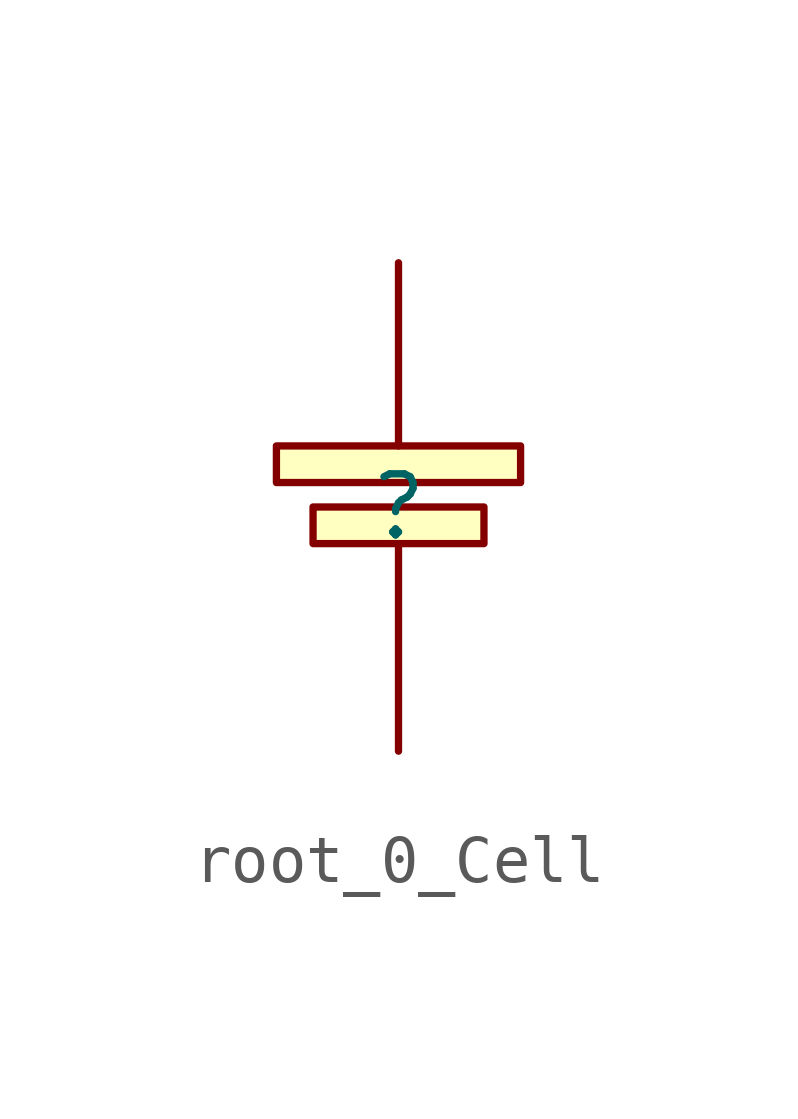
<source format=kicad_sym>
(kicad_symbol_lib
  (version 20220914)
  (generator kicad_symbol_editor)
  (symbol "root_0_Cell"
    (property "Reference" ""
      (at 0 0 0)
      (effects (font (size 1.27 1.27))))
    (property "Value" ""
      (at 0 0 0)
      (effects (font (size 1.27 1.27))))
    (symbol "root_0_Cell_1_0"
      (rectangle (start 1.778 0) (end -1.778 -0.762) (stroke (width 0) (type solid)) (fill (type background)))
      (rectangle (start 2.54 1.27) (end -2.54 0.508) (stroke (width 0) (type solid)) (fill (type background)))
      (pin passive line (at 0 5.08 270) (length 3.81) (name "CH11" (effects (font (size 0 0)))) (number "1" (effects (font (size 0 0)))))
      (pin passive line (at 0 -5.08 90) (length 4.318) (name "CH10" (effects (font (size 0 0)))) (number "2" (effects (font (size 0 0))))))))
</source>
